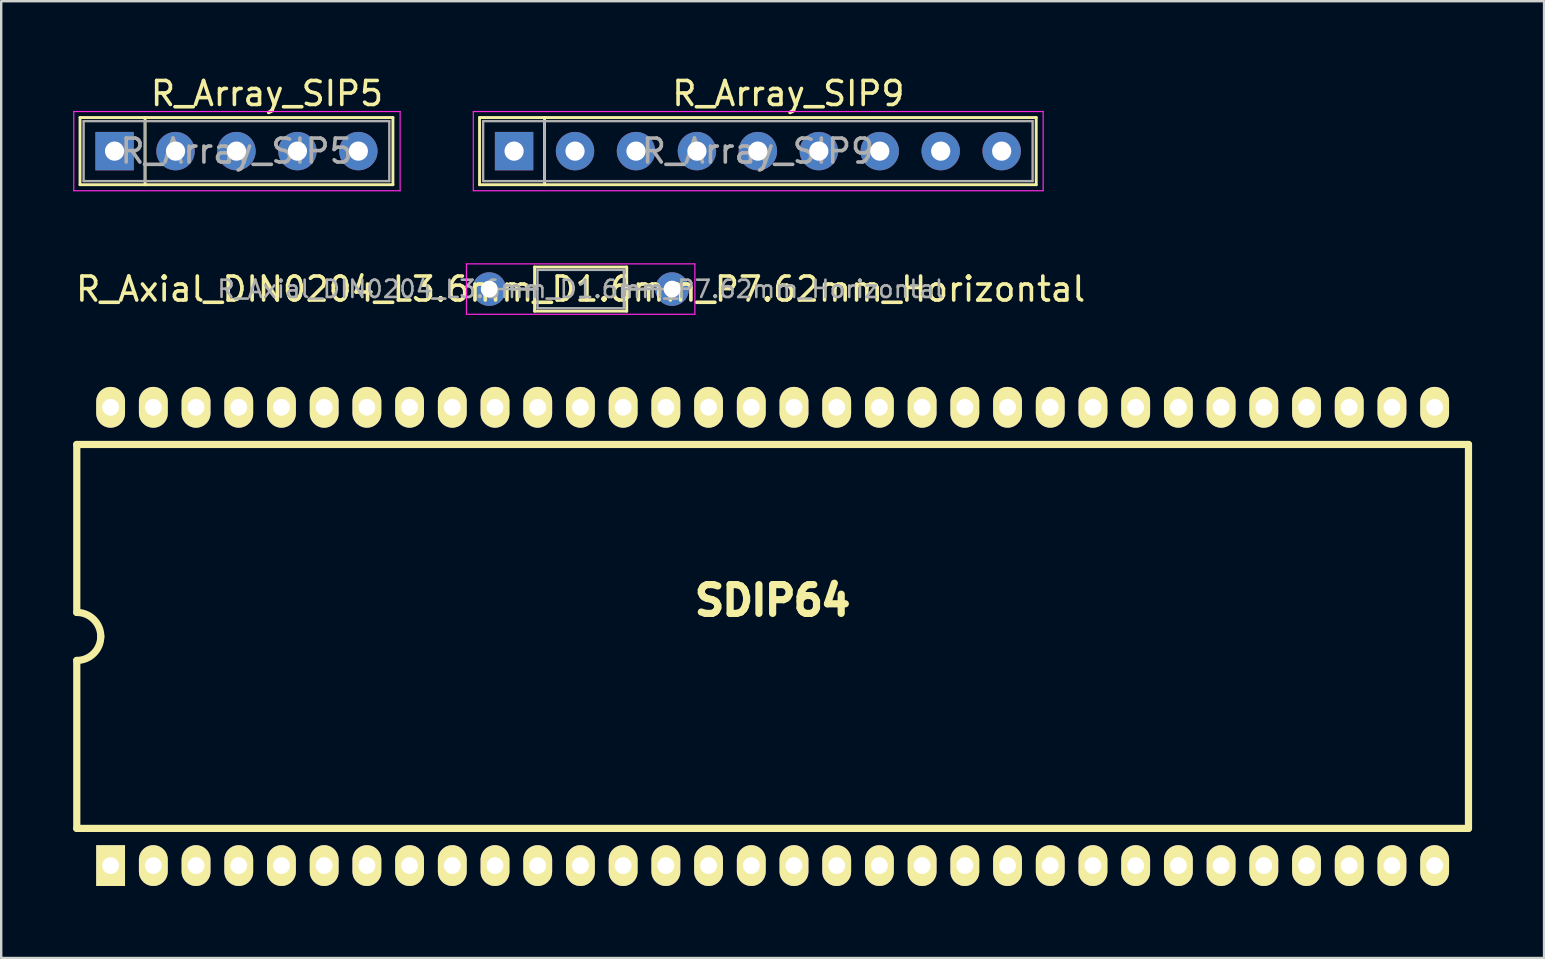
<source format=kicad_pcb>
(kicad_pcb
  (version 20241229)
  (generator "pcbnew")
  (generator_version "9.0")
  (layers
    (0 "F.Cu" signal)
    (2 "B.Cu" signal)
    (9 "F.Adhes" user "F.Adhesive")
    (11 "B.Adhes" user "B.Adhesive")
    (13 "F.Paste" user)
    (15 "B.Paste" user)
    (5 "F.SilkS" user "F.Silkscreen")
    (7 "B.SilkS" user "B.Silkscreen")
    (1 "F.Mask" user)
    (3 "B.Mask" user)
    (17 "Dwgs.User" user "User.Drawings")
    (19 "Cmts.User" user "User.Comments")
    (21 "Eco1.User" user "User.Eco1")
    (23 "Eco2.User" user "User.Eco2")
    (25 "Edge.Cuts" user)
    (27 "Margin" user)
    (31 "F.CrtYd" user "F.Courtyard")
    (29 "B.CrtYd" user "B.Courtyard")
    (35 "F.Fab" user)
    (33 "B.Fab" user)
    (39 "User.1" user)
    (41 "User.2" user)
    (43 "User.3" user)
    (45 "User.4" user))
  (footprint "R_Axial_DIN0204_L3.6mm_D1.6mm_P7.62mm_Horizontal"
    (layer "F.Cu")
    (at 17.339 8.998)
    (property "Reference" "R_Axial_DIN0204_L3.6mm_D1.6mm_P7.62mm_Horizontal" (at 3.81 0 0) (layer "F.SilkS") (effects (font (size 1 1) (thickness 0.15))))
    (attr through_hole)
    (fp_line (start 0.94 0) (end 1.89 0) (stroke (width 0.12) (type solid)) (layer "F.SilkS"))
    (fp_line (start 1.89 -0.92) (end 1.89 0.92) (stroke (width 0.12) (type solid)) (layer "F.SilkS"))
    (fp_line (start 1.89 0.92) (end 5.73 0.92) (stroke (width 0.12) (type solid)) (layer "F.SilkS"))
    (fp_line (start 5.73 -0.92) (end 1.89 -0.92) (stroke (width 0.12) (type solid)) (layer "F.SilkS"))
    (fp_line (start 5.73 0.92) (end 5.73 -0.92) (stroke (width 0.12) (type solid)) (layer "F.SilkS"))
    (fp_line (start 6.68 0) (end 5.73 0) (stroke (width 0.12) (type solid)) (layer "F.SilkS"))
    (fp_line (start -0.95 -1.05) (end -0.95 1.05) (stroke (width 0.05) (type solid)) (layer "F.CrtYd"))
    (fp_line (start -0.95 1.05) (end 8.57 1.05) (stroke (width 0.05) (type solid)) (layer "F.CrtYd"))
    (fp_line (start 8.57 -1.05) (end -0.95 -1.05) (stroke (width 0.05) (type solid)) (layer "F.CrtYd"))
    (fp_line (start 8.57 1.05) (end 8.57 -1.05) (stroke (width 0.05) (type solid)) (layer "F.CrtYd"))
    (fp_line (start 0 0) (end 2.01 0) (stroke (width 0.1) (type solid)) (layer "F.Fab"))
    (fp_line (start 2.01 -0.8) (end 2.01 0.8) (stroke (width 0.1) (type solid)) (layer "F.Fab"))
    (fp_line (start 2.01 0.8) (end 5.61 0.8) (stroke (width 0.1) (type solid)) (layer "F.Fab"))
    (fp_line (start 5.61 -0.8) (end 2.01 -0.8) (stroke (width 0.1) (type solid)) (layer "F.Fab"))
    (fp_line (start 5.61 0.8) (end 5.61 -0.8) (stroke (width 0.1) (type solid)) (layer "F.Fab"))
    (fp_line (start 7.62 0) (end 5.61 0) (stroke (width 0.1) (type solid)) (layer "F.Fab"))
    (fp_text user "${REFERENCE}" (at 3.81 0 0) (layer "F.Fab") (effects (font (size 0.72 0.72) (thickness 0.108))))
    (pad "1" thru_hole circle (at 0 0) (size 1.4 1.4) (drill 0.7) (layers "*.Cu" "*.Mask"))
    (pad "2" thru_hole oval (at 7.62 0) (size 1.4 1.4) (drill 0.7) (layers "*.Cu" "*.Mask")))
  (footprint "R_Array_SIP9"
    (layer "F.Cu")
    (at 18.375 3.248)
    (property "Reference" "R_Array_SIP9" (at 11.43 -2.4 0) (layer "F.SilkS") (effects (font (size 1 1) (thickness 0.15))))
    (attr through_hole)
    (fp_line (start -1.44 -1.4) (end -1.44 1.4) (stroke (width 0.12) (type solid)) (layer "F.SilkS"))
    (fp_line (start -1.44 1.4) (end 21.76 1.4) (stroke (width 0.12) (type solid)) (layer "F.SilkS"))
    (fp_line (start 1.27 -1.4) (end 1.27 1.4) (stroke (width 0.12) (type solid)) (layer "F.SilkS"))
    (fp_line (start 21.76 -1.4) (end -1.44 -1.4) (stroke (width 0.12) (type solid)) (layer "F.SilkS"))
    (fp_line (start 21.76 1.4) (end 21.76 -1.4) (stroke (width 0.12) (type solid)) (layer "F.SilkS"))
    (fp_line (start -1.7 -1.65) (end -1.7 1.65) (stroke (width 0.05) (type solid)) (layer "F.CrtYd"))
    (fp_line (start -1.7 1.65) (end 22.05 1.65) (stroke (width 0.05) (type solid)) (layer "F.CrtYd"))
    (fp_line (start 22.05 -1.65) (end -1.7 -1.65) (stroke (width 0.05) (type solid)) (layer "F.CrtYd"))
    (fp_line (start 22.05 1.65) (end 22.05 -1.65) (stroke (width 0.05) (type solid)) (layer "F.CrtYd"))
    (fp_line (start -1.29 -1.25) (end -1.29 1.25) (stroke (width 0.1) (type solid)) (layer "F.Fab"))
    (fp_line (start -1.29 1.25) (end 21.61 1.25) (stroke (width 0.1) (type solid)) (layer "F.Fab"))
    (fp_line (start 1.27 -1.25) (end 1.27 1.25) (stroke (width 0.1) (type solid)) (layer "F.Fab"))
    (fp_line (start 21.61 -1.25) (end -1.29 -1.25) (stroke (width 0.1) (type solid)) (layer "F.Fab"))
    (fp_line (start 21.61 1.25) (end 21.61 -1.25) (stroke (width 0.1) (type solid)) (layer "F.Fab"))
    (fp_text user "${REFERENCE}" (at 10.16 0 0) (layer "F.Fab") (effects (font (size 1 1) (thickness 0.15))))
    (pad "1" thru_hole rect (at 0 0) (size 1.6 1.6) (drill 0.8) (layers "*.Cu" "*.Mask"))
    (pad "2" thru_hole oval (at 2.54 0) (size 1.6 1.6) (drill 0.8) (layers "*.Cu" "*.Mask"))
    (pad "3" thru_hole oval (at 5.08 0) (size 1.6 1.6) (drill 0.8) (layers "*.Cu" "*.Mask"))
    (pad "4" thru_hole oval (at 7.62 0) (size 1.6 1.6) (drill 0.8) (layers "*.Cu" "*.Mask"))
    (pad "5" thru_hole oval (at 10.16 0) (size 1.6 1.6) (drill 0.8) (layers "*.Cu" "*.Mask"))
    (pad "6" thru_hole oval (at 12.7 0) (size 1.6 1.6) (drill 0.8) (layers "*.Cu" "*.Mask"))
    (pad "7" thru_hole oval (at 15.24 0) (size 1.6 1.6) (drill 0.8) (layers "*.Cu" "*.Mask"))
    (pad "8" thru_hole oval (at 17.78 0) (size 1.6 1.6) (drill 0.8) (layers "*.Cu" "*.Mask"))
    (pad "9" thru_hole oval (at 20.32 0) (size 1.6 1.6) (drill 0.8) (layers "*.Cu" "*.Mask")))
  (footprint "SDIP64"
    (layer "F.Cu")
    (at 29.15 23.474)
    (property "Reference" "SDIP64" (at 0 -1.5 180) (layer "F.SilkS") (effects (font (size 1.2 1.2) (thickness 0.3))))
    (attr through_hole)
    (fp_line (start -29 -8) (end -29 -1) (stroke (width 0.3) (type solid)) (layer "F.SilkS"))
    (fp_line (start -29 1) (end -29 8) (stroke (width 0.3) (type solid)) (layer "F.SilkS"))
    (fp_line (start -29 8) (end 29 8) (stroke (width 0.3) (type solid)) (layer "F.SilkS"))
    (fp_line (start 29 -8) (end -29 -8) (stroke (width 0.3) (type solid)) (layer "F.SilkS"))
    (fp_line (start 29 8) (end 29 -8) (stroke (width 0.3) (type solid)) (layer "F.SilkS"))
    (fp_arc (start -29 -1) (mid -28.292893 -0.707107) (end -28 0) (stroke (width 0.3) (type solid)) (layer "F.SilkS"))
    (fp_arc (start -28 0) (mid -28.292893 0.707107) (end -29 1) (stroke (width 0.3) (type solid)) (layer "F.SilkS"))
    (pad "1" thru_hole rect (at -27.59 9.55) (size 1.2 1.7) (drill 0.7) (layers "*.Cu" "*.Mask" "F.SilkS"))
    (pad "2" thru_hole oval (at -25.81 9.55) (size 1.2 1.7) (drill 0.7) (layers "*.Cu" "*.Mask" "F.SilkS"))
    (pad "3" thru_hole oval (at -24.03 9.55) (size 1.2 1.7) (drill 0.7) (layers "*.Cu" "*.Mask" "F.SilkS"))
    (pad "4" thru_hole oval (at -22.25 9.55) (size 1.2 1.7) (drill 0.7) (layers "*.Cu" "*.Mask" "F.SilkS"))
    (pad "5" thru_hole oval (at -20.47 9.55) (size 1.2 1.7) (drill 0.7) (layers "*.Cu" "*.Mask" "F.SilkS"))
    (pad "6" thru_hole oval (at -18.69 9.55) (size 1.2 1.7) (drill 0.7) (layers "*.Cu" "*.Mask" "F.SilkS"))
    (pad "7" thru_hole oval (at -16.91 9.55) (size 1.2 1.7) (drill 0.7) (layers "*.Cu" "*.Mask" "F.SilkS"))
    (pad "8" thru_hole oval (at -15.13 9.55) (size 1.2 1.7) (drill 0.7) (layers "*.Cu" "*.Mask" "F.SilkS"))
    (pad "9" thru_hole oval (at -13.35 9.55) (size 1.2 1.7) (drill 0.7) (layers "*.Cu" "*.Mask" "F.SilkS"))
    (pad "10" thru_hole oval (at -11.57 9.55) (size 1.2 1.7) (drill 0.7) (layers "*.Cu" "*.Mask" "F.SilkS"))
    (pad "11" thru_hole oval (at -9.79 9.55) (size 1.2 1.7) (drill 0.7) (layers "*.Cu" "*.Mask" "F.SilkS"))
    (pad "12" thru_hole oval (at -8.01 9.55) (size 1.2 1.7) (drill 0.7) (layers "*.Cu" "*.Mask" "F.SilkS"))
    (pad "13" thru_hole oval (at -6.23 9.55) (size 1.2 1.7) (drill 0.7) (layers "*.Cu" "*.Mask" "F.SilkS"))
    (pad "14" thru_hole oval (at -4.45 9.55) (size 1.2 1.7) (drill 0.7) (layers "*.Cu" "*.Mask" "F.SilkS"))
    (pad "15" thru_hole oval (at -2.67 9.55) (size 1.2 1.7) (drill 0.7) (layers "*.Cu" "*.Mask" "F.SilkS"))
    (pad "16" thru_hole oval (at -0.89 9.55) (size 1.2 1.7) (drill 0.7) (layers "*.Cu" "*.Mask" "F.SilkS"))
    (pad "17" thru_hole oval (at 0.89 9.55) (size 1.2 1.7) (drill 0.7) (layers "*.Cu" "*.Mask" "F.SilkS"))
    (pad "18" thru_hole oval (at 2.67 9.55) (size 1.2 1.7) (drill 0.7) (layers "*.Cu" "*.Mask" "F.SilkS"))
    (pad "19" thru_hole oval (at 4.45 9.55) (size 1.2 1.7) (drill 0.7) (layers "*.Cu" "*.Mask" "F.SilkS"))
    (pad "20" thru_hole oval (at 6.23 9.55) (size 1.2 1.7) (drill 0.7) (layers "*.Cu" "*.Mask" "F.SilkS"))
    (pad "21" thru_hole oval (at 8.01 9.55) (size 1.2 1.7) (drill 0.7) (layers "*.Cu" "*.Mask" "F.SilkS"))
    (pad "22" thru_hole oval (at 9.79 9.55) (size 1.2 1.7) (drill 0.7) (layers "*.Cu" "*.Mask" "F.SilkS"))
    (pad "23" thru_hole oval (at 11.57 9.55) (size 1.2 1.7) (drill 0.7) (layers "*.Cu" "*.Mask" "F.SilkS"))
    (pad "24" thru_hole oval (at 13.35 9.55) (size 1.2 1.7) (drill 0.7) (layers "*.Cu" "*.Mask" "F.SilkS"))
    (pad "25" thru_hole oval (at 15.13 9.55) (size 1.2 1.7) (drill 0.7) (layers "*.Cu" "*.Mask" "F.SilkS"))
    (pad "26" thru_hole oval (at 16.91 9.55) (size 1.2 1.7) (drill 0.7) (layers "*.Cu" "*.Mask" "F.SilkS"))
    (pad "27" thru_hole oval (at 18.69 9.55) (size 1.2 1.7) (drill 0.7) (layers "*.Cu" "*.Mask" "F.SilkS"))
    (pad "28" thru_hole oval (at 20.47 9.55) (size 1.2 1.7) (drill 0.7) (layers "*.Cu" "*.Mask" "F.SilkS"))
    (pad "29" thru_hole oval (at 22.25 9.55) (size 1.2 1.7) (drill 0.7) (layers "*.Cu" "*.Mask" "F.SilkS"))
    (pad "30" thru_hole oval (at 24.03 9.55) (size 1.2 1.7) (drill 0.7) (layers "*.Cu" "*.Mask" "F.SilkS"))
    (pad "31" thru_hole oval (at 25.81 9.55) (size 1.2 1.7) (drill 0.7) (layers "*.Cu" "*.Mask" "F.SilkS"))
    (pad "32" thru_hole oval (at 27.59 9.55) (size 1.2 1.7) (drill 0.7) (layers "*.Cu" "*.Mask" "F.SilkS"))
    (pad "33" thru_hole oval (at 27.59 -9.55) (size 1.2 1.7) (drill 0.7) (layers "*.Cu" "*.Mask" "F.SilkS"))
    (pad "34" thru_hole oval (at 25.81 -9.55) (size 1.2 1.7) (drill 0.7) (layers "*.Cu" "*.Mask" "F.SilkS"))
    (pad "35" thru_hole oval (at 24.03 -9.55) (size 1.2 1.7) (drill 0.7) (layers "*.Cu" "*.Mask" "F.SilkS"))
    (pad "36" thru_hole oval (at 22.25 -9.55) (size 1.2 1.7) (drill 0.7) (layers "*.Cu" "*.Mask" "F.SilkS"))
    (pad "37" thru_hole oval (at 20.47 -9.55) (size 1.2 1.7) (drill 0.7) (layers "*.Cu" "*.Mask" "F.SilkS"))
    (pad "38" thru_hole oval (at 18.69 -9.55) (size 1.2 1.7) (drill 0.7) (layers "*.Cu" "*.Mask" "F.SilkS"))
    (pad "39" thru_hole oval (at 16.91 -9.55) (size 1.2 1.7) (drill 0.7) (layers "*.Cu" "*.Mask" "F.SilkS"))
    (pad "40" thru_hole oval (at 15.13 -9.55) (size 1.2 1.7) (drill 0.7) (layers "*.Cu" "*.Mask" "F.SilkS"))
    (pad "41" thru_hole oval (at 13.35 -9.55) (size 1.2 1.7) (drill 0.7) (layers "*.Cu" "*.Mask" "F.SilkS"))
    (pad "42" thru_hole oval (at 11.57 -9.55) (size 1.2 1.7) (drill 0.7) (layers "*.Cu" "*.Mask" "F.SilkS"))
    (pad "43" thru_hole oval (at 9.79 -9.55) (size 1.2 1.7) (drill 0.7) (layers "*.Cu" "*.Mask" "F.SilkS"))
    (pad "44" thru_hole oval (at 8.01 -9.55) (size 1.2 1.7) (drill 0.7) (layers "*.Cu" "*.Mask" "F.SilkS"))
    (pad "45" thru_hole oval (at 6.23 -9.55) (size 1.2 1.7) (drill 0.7) (layers "*.Cu" "*.Mask" "F.SilkS"))
    (pad "46" thru_hole oval (at 4.45 -9.55) (size 1.2 1.7) (drill 0.7) (layers "*.Cu" "*.Mask" "F.SilkS"))
    (pad "47" thru_hole oval (at 2.67 -9.55) (size 1.2 1.7) (drill 0.7) (layers "*.Cu" "*.Mask" "F.SilkS"))
    (pad "48" thru_hole oval (at 0.89 -9.55) (size 1.2 1.7) (drill 0.7) (layers "*.Cu" "*.Mask" "F.SilkS"))
    (pad "49" thru_hole oval (at -0.89 -9.55) (size 1.2 1.7) (drill 0.7) (layers "*.Cu" "*.Mask" "F.SilkS"))
    (pad "50" thru_hole oval (at -2.67 -9.55) (size 1.2 1.7) (drill 0.7) (layers "*.Cu" "*.Mask" "F.SilkS"))
    (pad "51" thru_hole oval (at -4.45 -9.55) (size 1.2 1.7) (drill 0.7) (layers "*.Cu" "*.Mask" "F.SilkS"))
    (pad "52" thru_hole oval (at -6.23 -9.55) (size 1.2 1.7) (drill 0.7) (layers "*.Cu" "*.Mask" "F.SilkS"))
    (pad "53" thru_hole oval (at -8.01 -9.55) (size 1.2 1.7) (drill 0.7) (layers "*.Cu" "*.Mask" "F.SilkS"))
    (pad "54" thru_hole oval (at -9.79 -9.55) (size 1.2 1.7) (drill 0.7) (layers "*.Cu" "*.Mask" "F.SilkS"))
    (pad "55" thru_hole oval (at -11.57 -9.55) (size 1.2 1.7) (drill 0.7) (layers "*.Cu" "*.Mask" "F.SilkS"))
    (pad "56" thru_hole oval (at -13.35 -9.55) (size 1.2 1.7) (drill 0.7) (layers "*.Cu" "*.Mask" "F.SilkS"))
    (pad "57" thru_hole oval (at -15.13 -9.55) (size 1.2 1.7) (drill 0.7) (layers "*.Cu" "*.Mask" "F.SilkS"))
    (pad "58" thru_hole oval (at -16.91 -9.55) (size 1.2 1.7) (drill 0.7) (layers "*.Cu" "*.Mask" "F.SilkS"))
    (pad "59" thru_hole oval (at -18.69 -9.55) (size 1.2 1.7) (drill 0.7) (layers "*.Cu" "*.Mask" "F.SilkS"))
    (pad "60" thru_hole oval (at -20.47 -9.55) (size 1.2 1.7) (drill 0.7) (layers "*.Cu" "*.Mask" "F.SilkS"))
    (pad "61" thru_hole oval (at -22.25 -9.55) (size 1.2 1.7) (drill 0.7) (layers "*.Cu" "*.Mask" "F.SilkS"))
    (pad "62" thru_hole oval (at -24.03 -9.55) (size 1.2 1.7) (drill 0.7) (layers "*.Cu" "*.Mask" "F.SilkS"))
    (pad "63" thru_hole oval (at -25.81 -9.55) (size 1.2 1.7) (drill 0.7) (layers "*.Cu" "*.Mask" "F.SilkS"))
    (pad "64" thru_hole oval (at -27.59 -9.55) (size 1.2 1.7) (drill 0.7) (layers "*.Cu" "*.Mask" "F.SilkS")))
  (footprint "R_Array_SIP5"
    (layer "F.Cu")
    (at 1.725 3.248)
    (property "Reference" "R_Array_SIP5" (at 6.35 -2.4 0) (layer "F.SilkS") (effects (font (size 1 1) (thickness 0.15))))
    (attr through_hole)
    (fp_line (start -1.44 -1.4) (end -1.44 1.4) (stroke (width 0.12) (type solid)) (layer "F.SilkS"))
    (fp_line (start -1.44 1.4) (end 11.6 1.4) (stroke (width 0.12) (type solid)) (layer "F.SilkS"))
    (fp_line (start 1.27 -1.4) (end 1.27 1.4) (stroke (width 0.12) (type solid)) (layer "F.SilkS"))
    (fp_line (start 11.6 -1.4) (end -1.44 -1.4) (stroke (width 0.12) (type solid)) (layer "F.SilkS"))
    (fp_line (start 11.6 1.4) (end 11.6 -1.4) (stroke (width 0.12) (type solid)) (layer "F.SilkS"))
    (fp_line (start -1.7 -1.65) (end -1.7 1.65) (stroke (width 0.05) (type solid)) (layer "F.CrtYd"))
    (fp_line (start -1.7 1.65) (end 11.9 1.65) (stroke (width 0.05) (type solid)) (layer "F.CrtYd"))
    (fp_line (start 11.9 -1.65) (end -1.7 -1.65) (stroke (width 0.05) (type solid)) (layer "F.CrtYd"))
    (fp_line (start 11.9 1.65) (end 11.9 -1.65) (stroke (width 0.05) (type solid)) (layer "F.CrtYd"))
    (fp_line (start -1.29 -1.25) (end -1.29 1.25) (stroke (width 0.1) (type solid)) (layer "F.Fab"))
    (fp_line (start -1.29 1.25) (end 11.45 1.25) (stroke (width 0.1) (type solid)) (layer "F.Fab"))
    (fp_line (start 1.27 -1.25) (end 1.27 1.25) (stroke (width 0.1) (type solid)) (layer "F.Fab"))
    (fp_line (start 11.45 -1.25) (end -1.29 -1.25) (stroke (width 0.1) (type solid)) (layer "F.Fab"))
    (fp_line (start 11.45 1.25) (end 11.45 -1.25) (stroke (width 0.1) (type solid)) (layer "F.Fab"))
    (fp_text user "${REFERENCE}" (at 5.08 0 0) (layer "F.Fab") (effects (font (size 1 1) (thickness 0.15))))
    (pad "1" thru_hole rect (at 0 0) (size 1.6 1.6) (drill 0.8) (layers "*.Cu" "*.Mask"))
    (pad "2" thru_hole oval (at 2.54 0) (size 1.6 1.6) (drill 0.8) (layers "*.Cu" "*.Mask"))
    (pad "3" thru_hole oval (at 5.08 0) (size 1.6 1.6) (drill 0.8) (layers "*.Cu" "*.Mask"))
    (pad "4" thru_hole oval (at 7.62 0) (size 1.6 1.6) (drill 0.8) (layers "*.Cu" "*.Mask"))
    (pad "5" thru_hole oval (at 10.16 0) (size 1.6 1.6) (drill 0.8) (layers "*.Cu" "*.Mask")))
  (gr_rect
    (start -3 -3)
    (end 61.3 36.874)
    (stroke (width 0.1) (type default))
    (fill no)
    (layer "Edge.Cuts")))
</source>
